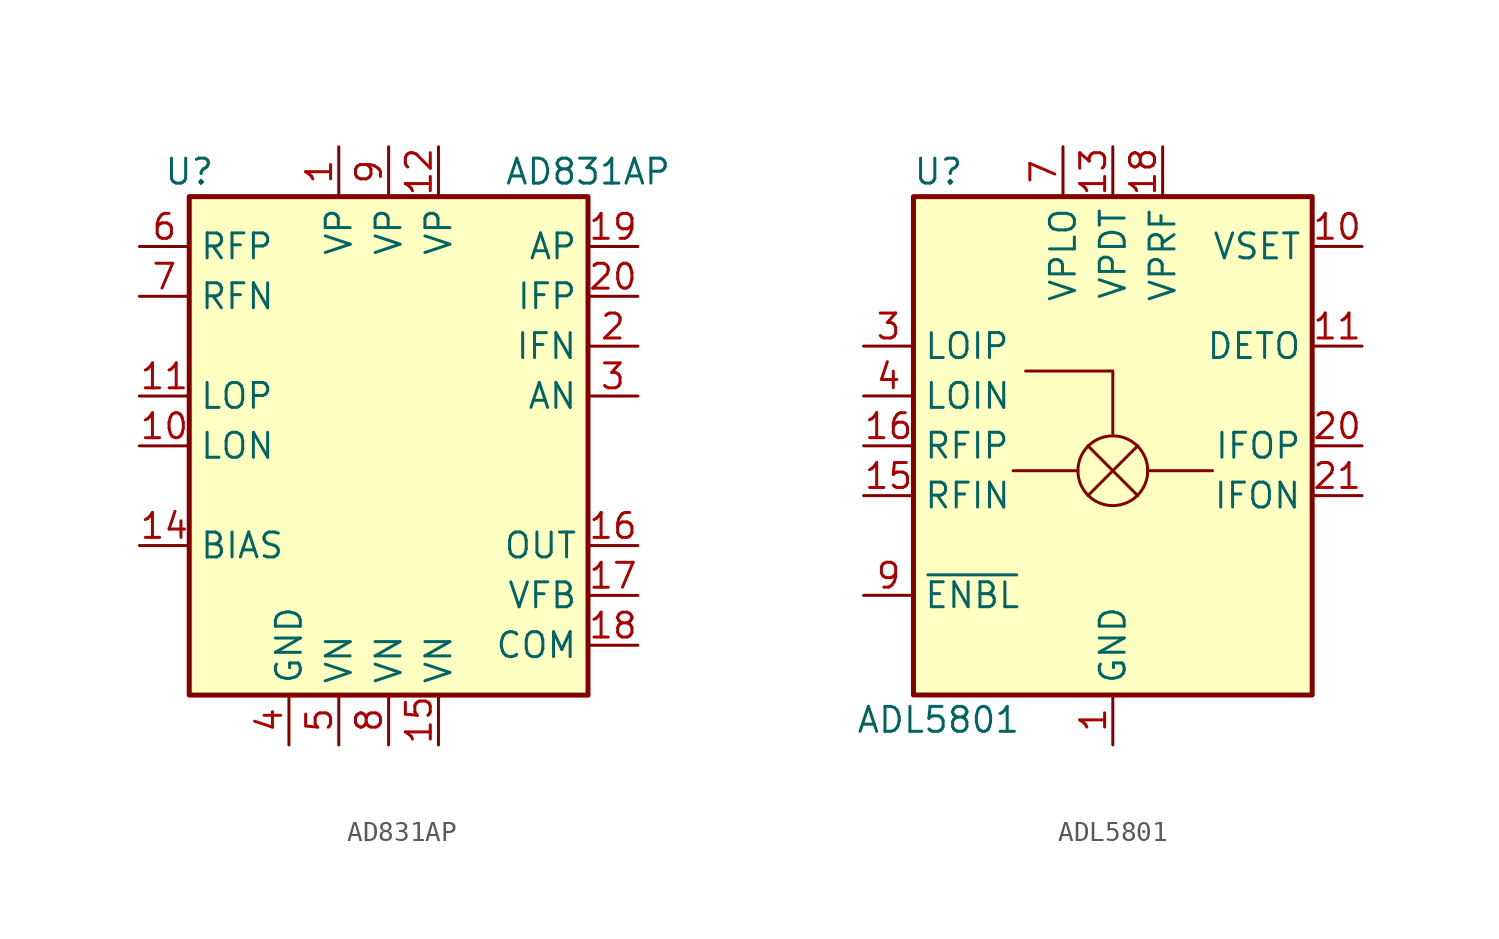
<source format=kicad_sym>
(kicad_symbol_lib
  (version 20231120)
  (generator "kicad_symbol_editor")
  (generator_version "8.0")
  (symbol "AD831AP"
    (property "Reference" "U"
      (at -10.16 13.97 0)
      (effects (font (size 1.27 1.27))))
    (property "Value" "AD831AP"
      (at 10.16 13.97 0)
      (effects (font (size 1.27 1.27))))
    (symbol "AD831AP_0_1"
      (rectangle (start 10.16 12.7) (end -10.16 -12.7) (stroke (width 0.254) (type default)) (fill (type background))))
    (symbol "AD831AP_1_1"
      (pin power_in line (at -2.54 15.24 270) (length 2.54) (name "VP" (effects (font (size 1.27 1.27)))) (number "1" (effects (font (size 1.27 1.27)))))
      (pin input line (at -12.7 0 0) (length 2.54) (name "LON" (effects (font (size 1.27 1.27)))) (number "10" (effects (font (size 1.27 1.27)))))
      (pin input line (at -12.7 2.54 0) (length 2.54) (name "LOP" (effects (font (size 1.27 1.27)))) (number "11" (effects (font (size 1.27 1.27)))))
      (pin power_in line (at 2.54 15.24 270) (length 2.54) (name "VP" (effects (font (size 1.27 1.27)))) (number "12" (effects (font (size 1.27 1.27)))))
      (pin passive line (at -5.08 -15.24 90) (length 2.54) hide (name "GND" (effects (font (size 1.27 1.27)))) (number "13" (effects (font (size 1.27 1.27)))))
      (pin passive line (at -12.7 -5.08 0) (length 2.54) (name "BIAS" (effects (font (size 1.27 1.27)))) (number "14" (effects (font (size 1.27 1.27)))))
      (pin power_in line (at 2.54 -15.24 90) (length 2.54) (name "VN" (effects (font (size 1.27 1.27)))) (number "15" (effects (font (size 1.27 1.27)))))
      (pin output line (at 12.7 -5.08 180) (length 2.54) (name "OUT" (effects (font (size 1.27 1.27)))) (number "16" (effects (font (size 1.27 1.27)))))
      (pin passive line (at 12.7 -7.62 180) (length 2.54) (name "VFB" (effects (font (size 1.27 1.27)))) (number "17" (effects (font (size 1.27 1.27)))))
      (pin passive line (at 12.7 -10.16 180) (length 2.54) (name "COM" (effects (font (size 1.27 1.27)))) (number "18" (effects (font (size 1.27 1.27)))))
      (pin input line (at 12.7 10.16 180) (length 2.54) (name "AP" (effects (font (size 1.27 1.27)))) (number "19" (effects (font (size 1.27 1.27)))))
      (pin open_collector line (at 12.7 5.08 180) (length 2.54) (name "IFN" (effects (font (size 1.27 1.27)))) (number "2" (effects (font (size 1.27 1.27)))))
      (pin open_collector line (at 12.7 7.62 180) (length 2.54) (name "IFP" (effects (font (size 1.27 1.27)))) (number "20" (effects (font (size 1.27 1.27)))))
      (pin input line (at 12.7 2.54 180) (length 2.54) (name "AN" (effects (font (size 1.27 1.27)))) (number "3" (effects (font (size 1.27 1.27)))))
      (pin power_in line (at -5.08 -15.24 90) (length 2.54) (name "GND" (effects (font (size 1.27 1.27)))) (number "4" (effects (font (size 1.27 1.27)))))
      (pin power_in line (at -2.54 -15.24 90) (length 2.54) (name "VN" (effects (font (size 1.27 1.27)))) (number "5" (effects (font (size 1.27 1.27)))))
      (pin input line (at -12.7 10.16 0) (length 2.54) (name "RFP" (effects (font (size 1.27 1.27)))) (number "6" (effects (font (size 1.27 1.27)))))
      (pin input line (at -12.7 7.62 0) (length 2.54) (name "RFN" (effects (font (size 1.27 1.27)))) (number "7" (effects (font (size 1.27 1.27)))))
      (pin power_in line (at 0 -15.24 90) (length 2.54) (name "VN" (effects (font (size 1.27 1.27)))) (number "8" (effects (font (size 1.27 1.27)))))
      (pin power_in line (at 0 15.24 270) (length 2.54) (name "VP" (effects (font (size 1.27 1.27)))) (number "9" (effects (font (size 1.27 1.27)))))))
  (symbol "ADL5801"
    (property "Reference" "U"
      (at -8.89 13.97 0)
      (effects (font (size 1.27 1.27))))
    (property "Value" "ADL5801"
      (at -8.89 -13.97 0)
      (effects (font (size 1.27 1.27))))
    (symbol "ADL5801_0_1"
      (rectangle (start -10.16 12.7) (end 10.16 -12.7) (stroke (width 0.254) (type default)) (fill (type background)))
      (polyline (pts (xy -4.445 3.81) (xy 0 3.81) (xy 0 0.635)) (stroke (width 0) (type default)) (fill (type none))))
    (symbol "ADL5801_1_1"
      (circle (center 0 -1.27) (radius 1.778) (stroke (width 0) (type default)) (fill (type none)))
      (polyline (pts (xy -1.778 -1.27) (xy -5.08 -1.27)) (stroke (width 0) (type default)) (fill (type none)))
      (polyline (pts (xy -1.27 -2.54) (xy 1.27 0)) (stroke (width 0) (type default)) (fill (type none)))
      (polyline (pts (xy -1.27 0) (xy 1.27 -2.54)) (stroke (width 0) (type default)) (fill (type none)))
      (polyline (pts (xy 1.778 -1.27) (xy 5.08 -1.27)) (stroke (width 0) (type default)) (fill (type none)))
      (pin power_in line (at 0 -15.24 90) (length 2.54) (name "GND" (effects (font (size 1.27 1.27)))) (number "1" (effects (font (size 1.27 1.27)))))
      (pin input line (at 12.7 10.16 180) (length 2.54) (name "VSET" (effects (font (size 1.27 1.27)))) (number "10" (effects (font (size 1.27 1.27)))))
      (pin output line (at 12.7 5.08 180) (length 2.54) (name "DETO" (effects (font (size 1.27 1.27)))) (number "11" (effects (font (size 1.27 1.27)))))
      (pin passive line (at 0 -15.24 90) (length 2.54) hide (name "GND" (effects (font (size 1.27 1.27)))) (number "12" (effects (font (size 1.27 1.27)))))
      (pin power_in line (at 0 15.24 270) (length 2.54) (name "VPDT" (effects (font (size 1.27 1.27)))) (number "13" (effects (font (size 1.27 1.27)))))
      (pin passive line (at 0 -15.24 90) (length 2.54) hide (name "GND" (effects (font (size 1.27 1.27)))) (number "14" (effects (font (size 1.27 1.27)))))
      (pin input line (at -12.7 -2.54 0) (length 2.54) (name "RFIN" (effects (font (size 1.27 1.27)))) (number "15" (effects (font (size 1.27 1.27)))))
      (pin input line (at -12.7 0 0) (length 2.54) (name "RFIP" (effects (font (size 1.27 1.27)))) (number "16" (effects (font (size 1.27 1.27)))))
      (pin passive line (at 0 -15.24 90) (length 2.54) hide (name "GND" (effects (font (size 1.27 1.27)))) (number "17" (effects (font (size 1.27 1.27)))))
      (pin power_in line (at 2.54 15.24 270) (length 2.54) (name "VPRF" (effects (font (size 1.27 1.27)))) (number "18" (effects (font (size 1.27 1.27)))))
      (pin passive line (at 0 -15.24 90) (length 2.54) hide (name "GND" (effects (font (size 1.27 1.27)))) (number "19" (effects (font (size 1.27 1.27)))))
      (pin passive line (at 0 -15.24 90) (length 2.54) hide (name "GND" (effects (font (size 1.27 1.27)))) (number "2" (effects (font (size 1.27 1.27)))))
      (pin output line (at 12.7 0 180) (length 2.54) (name "IFOP" (effects (font (size 1.27 1.27)))) (number "20" (effects (font (size 1.27 1.27)))))
      (pin output line (at 12.7 -2.54 180) (length 2.54) (name "IFON" (effects (font (size 1.27 1.27)))) (number "21" (effects (font (size 1.27 1.27)))))
      (pin no_connect line (at 10.16 -7.62 180) (length 2.54) hide (name "NC" (effects (font (size 1.27 1.27)))) (number "22" (effects (font (size 1.27 1.27)))))
      (pin passive line (at 0 -15.24 90) (length 2.54) hide (name "GND" (effects (font (size 1.27 1.27)))) (number "23" (effects (font (size 1.27 1.27)))))
      (pin passive line (at -2.54 15.24 270) (length 2.54) hide (name "VPLO" (effects (font (size 1.27 1.27)))) (number "24" (effects (font (size 1.27 1.27)))))
      (pin passive line (at 0 -15.24 90) (length 2.54) hide (name "GND" (effects (font (size 1.27 1.27)))) (number "25" (effects (font (size 1.27 1.27)))))
      (pin input line (at -12.7 5.08 0) (length 2.54) (name "LOIP" (effects (font (size 1.27 1.27)))) (number "3" (effects (font (size 1.27 1.27)))))
      (pin input line (at -12.7 2.54 0) (length 2.54) (name "LOIN" (effects (font (size 1.27 1.27)))) (number "4" (effects (font (size 1.27 1.27)))))
      (pin passive line (at 0 -15.24 90) (length 2.54) hide (name "GND" (effects (font (size 1.27 1.27)))) (number "5" (effects (font (size 1.27 1.27)))))
      (pin passive line (at 0 -15.24 90) (length 2.54) hide (name "GND" (effects (font (size 1.27 1.27)))) (number "6" (effects (font (size 1.27 1.27)))))
      (pin power_in line (at -2.54 15.24 270) (length 2.54) (name "VPLO" (effects (font (size 1.27 1.27)))) (number "7" (effects (font (size 1.27 1.27)))))
      (pin passive line (at 0 -15.24 90) (length 2.54) hide (name "GND" (effects (font (size 1.27 1.27)))) (number "8" (effects (font (size 1.27 1.27)))))
      (pin input line (at -12.7 -7.62 0) (length 2.54) (name "~{ENBL}" (effects (font (size 1.27 1.27)))) (number "9" (effects (font (size 1.27 1.27))))))))
</source>
